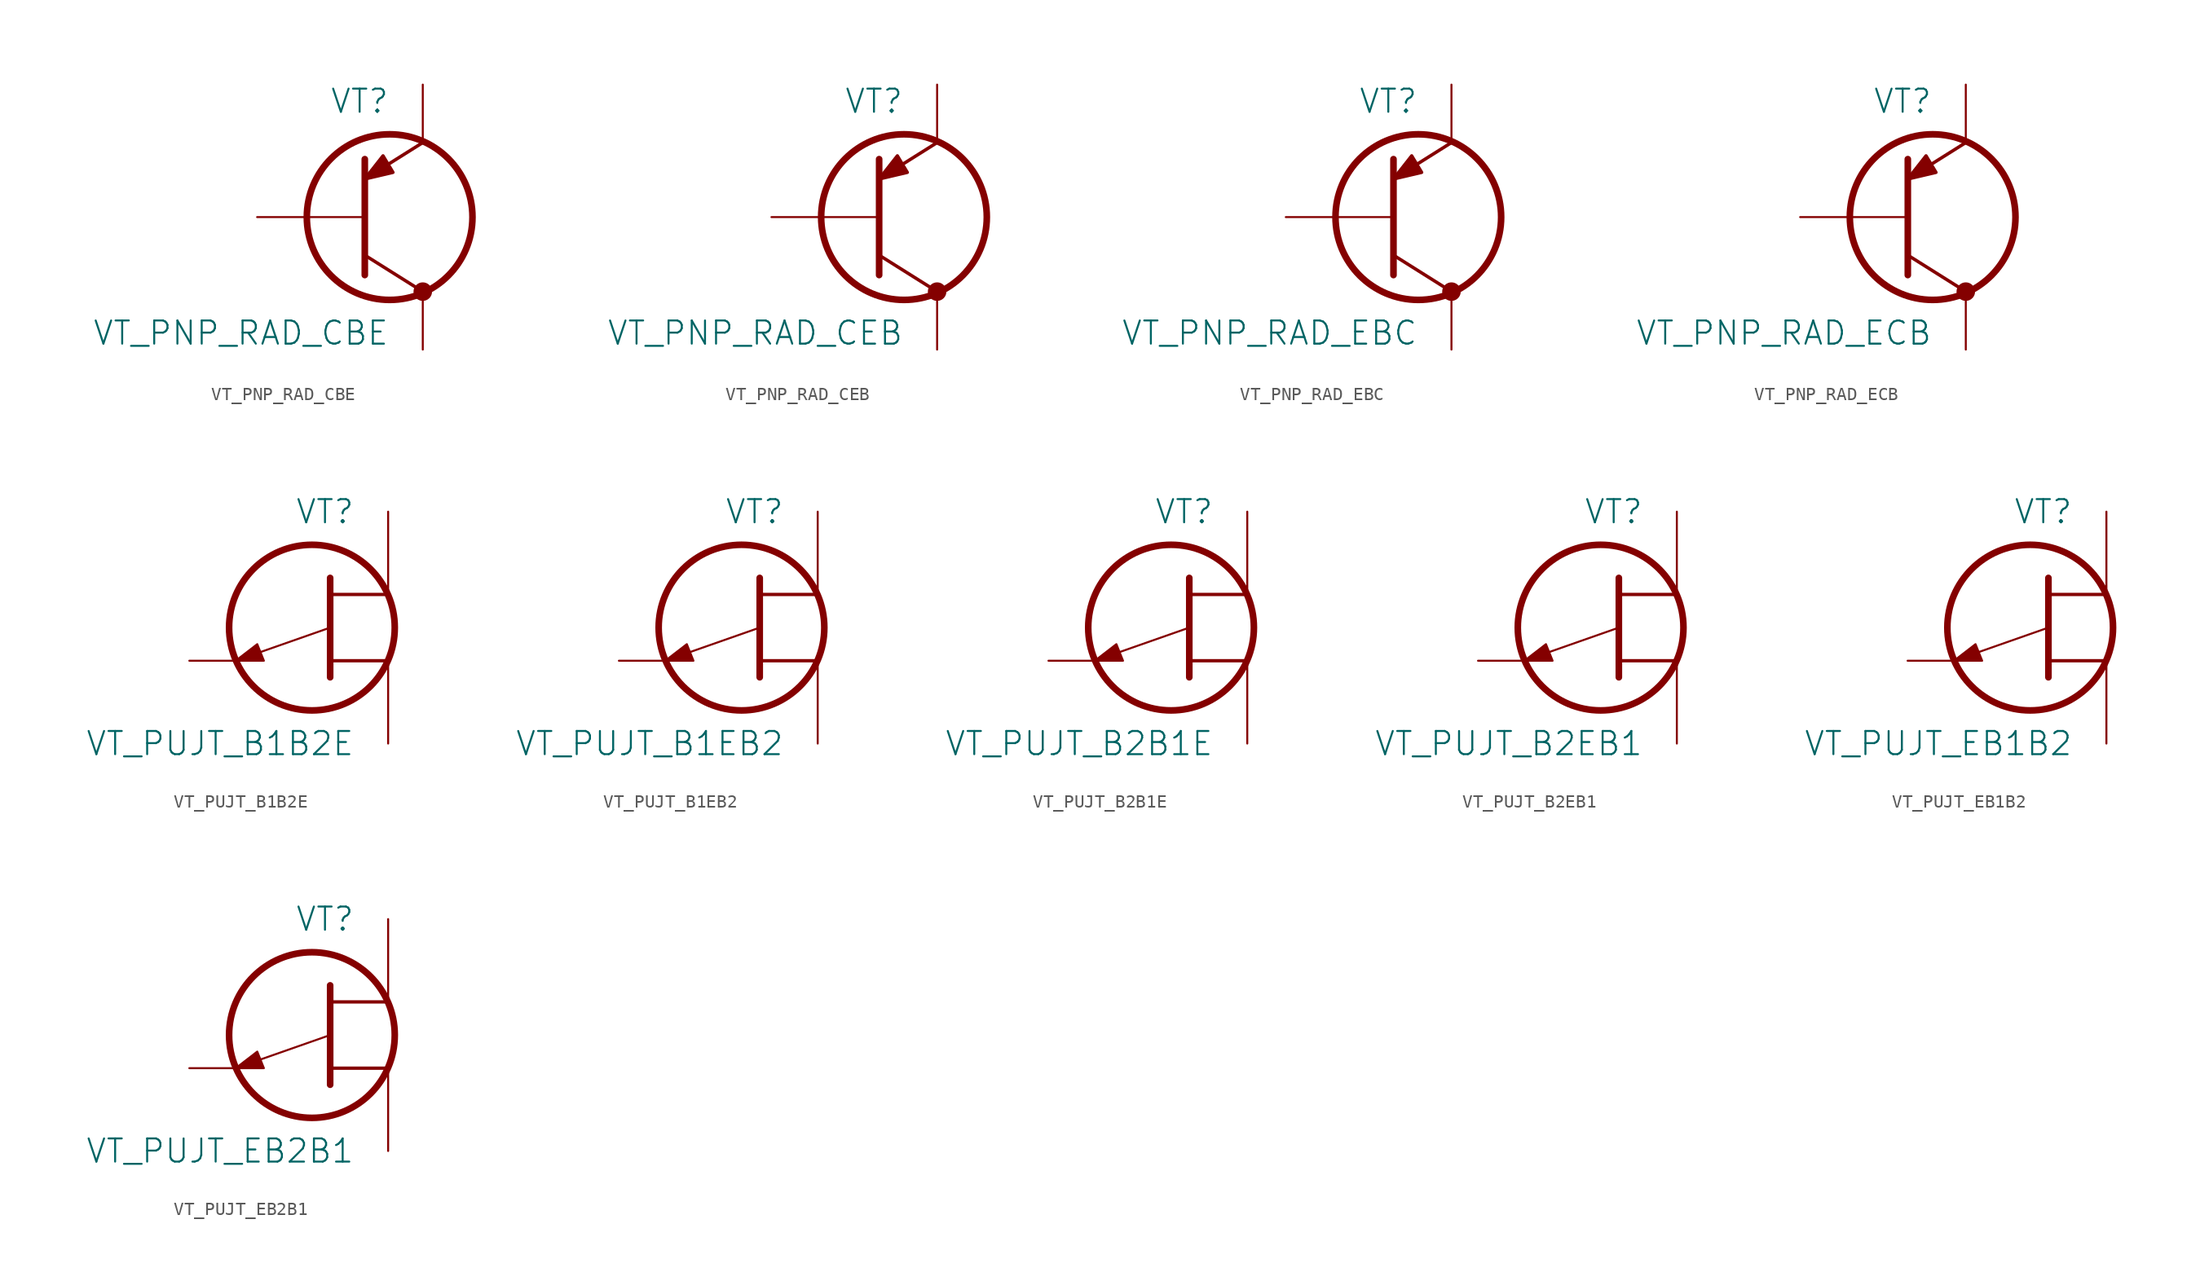
<source format=kicad_sym>
(kicad_symbol_lib
  (version 20211014)
  (generator kicad_symbol_editor)
  (symbol "VT_PNP_RAD_CBE"
    (pin_names
      (offset 0))
    (property "Reference" "VT"
      (at 0 8.89 0)
      (effects (font (size 1.778 1.778)) (justify right)))
    (property "Value" "VT_PNP_RAD_CBE"
      (at 0 -8.89 0)
      (effects (font (size 1.778 1.778)) (justify right)))
    (symbol "VT_PNP_RAD_CBE_0_1"
      (polyline (pts (xy -10.16 0) (xy -1.905 0)) (stroke (width 0) (type default) (color 0 0 0 0)) (fill (type none)))
      (polyline (pts (xy -1.905 -2.921) (xy 2.54 -5.715)) (stroke (width 0.254) (type default) (color 0 0 0 0)) (fill (type none)))
      (polyline (pts (xy -1.905 2.921) (xy 2.54 5.715)) (stroke (width 0.254) (type default) (color 0 0 0 0)) (fill (type none)))
      (polyline (pts (xy -1.905 4.445) (xy -1.905 -4.445)) (stroke (width 0.508) (type default) (color 0 0 0 0)) (fill (type none)))
      (polyline (pts (xy 2.54 -5.715) (xy 2.54 -10.16)) (stroke (width 0) (type default) (color 0 0 0 0)) (fill (type none)))
      (polyline (pts (xy 2.54 5.715) (xy 2.54 10.16)) (stroke (width 0) (type default) (color 0 0 0 0)) (fill (type none)))
      (polyline (pts (xy -1.905 2.921) (xy 0.254 3.429) (xy -0.508 4.699) (xy -1.905 2.921)) (stroke (width 0.254) (type default) (color 0 0 0 0)) (fill (type outline)))
      (circle (center 0 0) (radius 6.35) (stroke (width 0.508) (type default) (color 0 0 0 0)) (fill (type none)))
      (circle (center 2.54 -5.715) (radius 0.635) (stroke (width 0) (type default) (color 0 0 0 0)) (fill (type outline))))
    (symbol "VT_PNP_RAD_CBE_1_1"
      (pin passive line (at 2.54 -10.16 90) (length 2.54) hide (name "C" (effects (font (size 1.27 1.27)))) (number "1" (effects (font (size 1.27 1.27)))))
      (pin passive line (at -10.16 0 0) (length 2.54) hide (name "B" (effects (font (size 1.27 1.27)))) (number "2" (effects (font (size 1.27 1.27)))))
      (pin passive line (at 2.54 10.16 270) (length 2.54) hide (name "E" (effects (font (size 1.27 1.27)))) (number "3" (effects (font (size 1.27 1.27)))))))
  (symbol "VT_PNP_RAD_CEB"
    (pin_names
      (offset 0))
    (property "Reference" "VT"
      (at 0 8.89 0)
      (effects (font (size 1.778 1.778)) (justify right)))
    (property "Value" "VT_PNP_RAD_CEB"
      (at 0 -8.89 0)
      (effects (font (size 1.778 1.778)) (justify right)))
    (symbol "VT_PNP_RAD_CEB_0_1"
      (polyline (pts (xy -10.16 0) (xy -1.905 0)) (stroke (width 0) (type default) (color 0 0 0 0)) (fill (type none)))
      (polyline (pts (xy -1.905 -2.921) (xy 2.54 -5.715)) (stroke (width 0.254) (type default) (color 0 0 0 0)) (fill (type none)))
      (polyline (pts (xy -1.905 2.921) (xy 2.54 5.715)) (stroke (width 0.254) (type default) (color 0 0 0 0)) (fill (type none)))
      (polyline (pts (xy -1.905 4.445) (xy -1.905 -4.445)) (stroke (width 0.508) (type default) (color 0 0 0 0)) (fill (type none)))
      (polyline (pts (xy 2.54 -5.715) (xy 2.54 -10.16)) (stroke (width 0) (type default) (color 0 0 0 0)) (fill (type none)))
      (polyline (pts (xy 2.54 5.715) (xy 2.54 10.16)) (stroke (width 0) (type default) (color 0 0 0 0)) (fill (type none)))
      (polyline (pts (xy -1.905 2.921) (xy 0.254 3.429) (xy -0.508 4.699) (xy -1.905 2.921)) (stroke (width 0.254) (type default) (color 0 0 0 0)) (fill (type outline)))
      (circle (center 0 0) (radius 6.35) (stroke (width 0.508) (type default) (color 0 0 0 0)) (fill (type none)))
      (circle (center 2.54 -5.715) (radius 0.635) (stroke (width 0) (type default) (color 0 0 0 0)) (fill (type outline))))
    (symbol "VT_PNP_RAD_CEB_1_1"
      (pin passive line (at 2.54 -10.16 90) (length 2.54) hide (name "C" (effects (font (size 1.27 1.27)))) (number "1" (effects (font (size 1.27 1.27)))))
      (pin passive line (at 2.54 10.16 270) (length 2.54) hide (name "E" (effects (font (size 1.27 1.27)))) (number "2" (effects (font (size 1.27 1.27)))))
      (pin passive line (at -10.16 0 0) (length 2.54) hide (name "B" (effects (font (size 1.27 1.27)))) (number "3" (effects (font (size 1.27 1.27)))))))
  (symbol "VT_PNP_RAD_EBC"
    (pin_names
      (offset 0))
    (property "Reference" "VT"
      (at 0 8.89 0)
      (effects (font (size 1.778 1.778)) (justify right)))
    (property "Value" "VT_PNP_RAD_EBC"
      (at 0 -8.89 0)
      (effects (font (size 1.778 1.778)) (justify right)))
    (symbol "VT_PNP_RAD_EBC_0_1"
      (polyline (pts (xy -10.16 0) (xy -1.905 0)) (stroke (width 0) (type default) (color 0 0 0 0)) (fill (type none)))
      (polyline (pts (xy -1.905 -2.921) (xy 2.54 -5.715)) (stroke (width 0.254) (type default) (color 0 0 0 0)) (fill (type none)))
      (polyline (pts (xy -1.905 2.921) (xy 2.54 5.715)) (stroke (width 0.254) (type default) (color 0 0 0 0)) (fill (type none)))
      (polyline (pts (xy -1.905 4.445) (xy -1.905 -4.445)) (stroke (width 0.508) (type default) (color 0 0 0 0)) (fill (type none)))
      (polyline (pts (xy 2.54 -5.715) (xy 2.54 -10.16)) (stroke (width 0) (type default) (color 0 0 0 0)) (fill (type none)))
      (polyline (pts (xy 2.54 5.715) (xy 2.54 10.16)) (stroke (width 0) (type default) (color 0 0 0 0)) (fill (type none)))
      (polyline (pts (xy -1.905 2.921) (xy 0.254 3.429) (xy -0.508 4.699) (xy -1.905 2.921)) (stroke (width 0.254) (type default) (color 0 0 0 0)) (fill (type outline)))
      (circle (center 0 0) (radius 6.35) (stroke (width 0.508) (type default) (color 0 0 0 0)) (fill (type none)))
      (circle (center 2.54 -5.715) (radius 0.635) (stroke (width 0) (type default) (color 0 0 0 0)) (fill (type outline))))
    (symbol "VT_PNP_RAD_EBC_1_1"
      (pin passive line (at 2.54 10.16 270) (length 2.54) hide (name "E" (effects (font (size 1.27 1.27)))) (number "1" (effects (font (size 1.27 1.27)))))
      (pin passive line (at -10.16 0 0) (length 2.54) hide (name "B" (effects (font (size 1.27 1.27)))) (number "2" (effects (font (size 1.27 1.27)))))
      (pin passive line (at 2.54 -10.16 90) (length 2.54) hide (name "C" (effects (font (size 1.27 1.27)))) (number "3" (effects (font (size 1.27 1.27)))))))
  (symbol "VT_PNP_RAD_ECB"
    (pin_names
      (offset 0))
    (property "Reference" "VT"
      (at 0 8.89 0)
      (effects (font (size 1.778 1.778)) (justify right)))
    (property "Value" "VT_PNP_RAD_ECB"
      (at 0 -8.89 0)
      (effects (font (size 1.778 1.778)) (justify right)))
    (symbol "VT_PNP_RAD_ECB_0_1"
      (polyline (pts (xy -10.16 0) (xy -1.905 0)) (stroke (width 0) (type default) (color 0 0 0 0)) (fill (type none)))
      (polyline (pts (xy -1.905 -2.921) (xy 2.54 -5.715)) (stroke (width 0.254) (type default) (color 0 0 0 0)) (fill (type none)))
      (polyline (pts (xy -1.905 2.921) (xy 2.54 5.715)) (stroke (width 0.254) (type default) (color 0 0 0 0)) (fill (type none)))
      (polyline (pts (xy -1.905 4.445) (xy -1.905 -4.445)) (stroke (width 0.508) (type default) (color 0 0 0 0)) (fill (type none)))
      (polyline (pts (xy 2.54 -5.715) (xy 2.54 -10.16)) (stroke (width 0) (type default) (color 0 0 0 0)) (fill (type none)))
      (polyline (pts (xy 2.54 5.715) (xy 2.54 10.16)) (stroke (width 0) (type default) (color 0 0 0 0)) (fill (type none)))
      (polyline (pts (xy -1.905 2.921) (xy 0.254 3.429) (xy -0.508 4.699) (xy -1.905 2.921)) (stroke (width 0.254) (type default) (color 0 0 0 0)) (fill (type outline)))
      (circle (center 0 0) (radius 6.35) (stroke (width 0.508) (type default) (color 0 0 0 0)) (fill (type none)))
      (circle (center 2.54 -5.715) (radius 0.635) (stroke (width 0) (type default) (color 0 0 0 0)) (fill (type outline))))
    (symbol "VT_PNP_RAD_ECB_1_1"
      (pin passive line (at 2.54 10.16 270) (length 2.54) hide (name "E" (effects (font (size 1.27 1.27)))) (number "1" (effects (font (size 1.27 1.27)))))
      (pin passive line (at 2.54 -10.16 90) (length 2.54) hide (name "C" (effects (font (size 1.27 1.27)))) (number "2" (effects (font (size 1.27 1.27)))))
      (pin passive line (at -10.16 0 0) (length 2.54) hide (name "B" (effects (font (size 1.27 1.27)))) (number "3" (effects (font (size 1.27 1.27)))))))
  (symbol "VT_PUJT_B1B2E"
    (pin_names
      (offset 0))
    (property "Reference" "VT"
      (at 2.54 8.89 0)
      (effects (font (size 1.778 1.778)) (justify right)))
    (property "Value" "VT_PUJT_B1B2E"
      (at 2.54 -8.89 0)
      (effects (font (size 1.778 1.778)) (justify right)))
    (symbol "VT_PUJT_B1B2E_0_1"
      (circle (center -0.762 0) (radius 6.35) (stroke (width 0.508) (type default) (color 0 0 0 0)) (fill (type none)))
      (polyline (pts (xy 0.635 -2.54) (xy 5.08 -2.54)) (stroke (width 0.254) (type default) (color 0 0 0 0)) (fill (type none)))
      (polyline (pts (xy 0.635 2.54) (xy 5.08 2.54)) (stroke (width 0.254) (type default) (color 0 0 0 0)) (fill (type none)))
      (polyline (pts (xy 0.635 3.81) (xy 0.635 -3.81)) (stroke (width 0.508) (type default) (color 0 0 0 0)) (fill (type none)))
      (polyline (pts (xy 5.08 -2.54) (xy 5.08 -8.89)) (stroke (width 0) (type default) (color 0 0 0 0)) (fill (type none)))
      (polyline (pts (xy 5.08 2.54) (xy 5.08 8.89)) (stroke (width 0) (type default) (color 0 0 0 0)) (fill (type none)))
      (polyline (pts (xy -10.16 -2.54) (xy -6.604 -2.54) (xy 0.635 0)) (stroke (width 0) (type default) (color 0 0 0 0)) (fill (type none)))
      (polyline (pts (xy -6.604 -2.54) (xy -4.445 -2.54) (xy -4.953 -1.27) (xy -6.604 -2.54)) (stroke (width 0) (type default) (color 0 0 0 0)) (fill (type outline))))
    (symbol "VT_PUJT_B1B2E_1_1"
      (pin passive line (at 5.08 8.89 270) (length 2.54) hide (name "B1" (effects (font (size 1.27 1.27)))) (number "1" (effects (font (size 1.27 1.27)))))
      (pin passive line (at 5.08 -8.89 90) (length 2.54) hide (name "B2" (effects (font (size 1.27 1.27)))) (number "2" (effects (font (size 1.27 1.27)))))
      (pin passive line (at -10.16 -2.54 0) (length 2.54) hide (name "E" (effects (font (size 1.27 1.27)))) (number "3" (effects (font (size 1.27 1.27)))))))
  (symbol "VT_PUJT_B1EB2"
    (pin_names
      (offset 0))
    (property "Reference" "VT"
      (at 2.54 8.89 0)
      (effects (font (size 1.778 1.778)) (justify right)))
    (property "Value" "VT_PUJT_B1EB2"
      (at 2.54 -8.89 0)
      (effects (font (size 1.778 1.778)) (justify right)))
    (symbol "VT_PUJT_B1EB2_0_1"
      (circle (center -0.762 0) (radius 6.35) (stroke (width 0.508) (type default) (color 0 0 0 0)) (fill (type none)))
      (polyline (pts (xy 0.635 -2.54) (xy 5.08 -2.54)) (stroke (width 0.254) (type default) (color 0 0 0 0)) (fill (type none)))
      (polyline (pts (xy 0.635 2.54) (xy 5.08 2.54)) (stroke (width 0.254) (type default) (color 0 0 0 0)) (fill (type none)))
      (polyline (pts (xy 0.635 3.81) (xy 0.635 -3.81)) (stroke (width 0.508) (type default) (color 0 0 0 0)) (fill (type none)))
      (polyline (pts (xy 5.08 -2.54) (xy 5.08 -8.89)) (stroke (width 0) (type default) (color 0 0 0 0)) (fill (type none)))
      (polyline (pts (xy 5.08 2.54) (xy 5.08 8.89)) (stroke (width 0) (type default) (color 0 0 0 0)) (fill (type none)))
      (polyline (pts (xy -10.16 -2.54) (xy -6.604 -2.54) (xy 0.635 0)) (stroke (width 0) (type default) (color 0 0 0 0)) (fill (type none)))
      (polyline (pts (xy -6.604 -2.54) (xy -4.445 -2.54) (xy -4.953 -1.27) (xy -6.604 -2.54)) (stroke (width 0) (type default) (color 0 0 0 0)) (fill (type outline))))
    (symbol "VT_PUJT_B1EB2_1_1"
      (pin passive line (at 5.08 8.89 270) (length 2.54) hide (name "B1" (effects (font (size 1.27 1.27)))) (number "1" (effects (font (size 1.27 1.27)))))
      (pin passive line (at -10.16 -2.54 0) (length 2.54) hide (name "E" (effects (font (size 1.27 1.27)))) (number "2" (effects (font (size 1.27 1.27)))))
      (pin passive line (at 5.08 -8.89 90) (length 2.54) hide (name "B2" (effects (font (size 1.27 1.27)))) (number "3" (effects (font (size 1.27 1.27)))))))
  (symbol "VT_PUJT_B2B1E"
    (pin_names
      (offset 0))
    (property "Reference" "VT"
      (at 2.54 8.89 0)
      (effects (font (size 1.778 1.778)) (justify right)))
    (property "Value" "VT_PUJT_B2B1E"
      (at 2.54 -8.89 0)
      (effects (font (size 1.778 1.778)) (justify right)))
    (symbol "VT_PUJT_B2B1E_0_1"
      (circle (center -0.762 0) (radius 6.35) (stroke (width 0.508) (type default) (color 0 0 0 0)) (fill (type none)))
      (polyline (pts (xy 0.635 -2.54) (xy 5.08 -2.54)) (stroke (width 0.254) (type default) (color 0 0 0 0)) (fill (type none)))
      (polyline (pts (xy 0.635 2.54) (xy 5.08 2.54)) (stroke (width 0.254) (type default) (color 0 0 0 0)) (fill (type none)))
      (polyline (pts (xy 0.635 3.81) (xy 0.635 -3.81)) (stroke (width 0.508) (type default) (color 0 0 0 0)) (fill (type none)))
      (polyline (pts (xy 5.08 -2.54) (xy 5.08 -8.89)) (stroke (width 0) (type default) (color 0 0 0 0)) (fill (type none)))
      (polyline (pts (xy 5.08 2.54) (xy 5.08 8.89)) (stroke (width 0) (type default) (color 0 0 0 0)) (fill (type none)))
      (polyline (pts (xy -10.16 -2.54) (xy -6.604 -2.54) (xy 0.635 0)) (stroke (width 0) (type default) (color 0 0 0 0)) (fill (type none)))
      (polyline (pts (xy -6.604 -2.54) (xy -4.445 -2.54) (xy -4.953 -1.27) (xy -6.604 -2.54)) (stroke (width 0) (type default) (color 0 0 0 0)) (fill (type outline))))
    (symbol "VT_PUJT_B2B1E_1_1"
      (pin passive line (at 5.08 -8.89 90) (length 2.54) hide (name "B2" (effects (font (size 1.27 1.27)))) (number "1" (effects (font (size 1.27 1.27)))))
      (pin passive line (at 5.08 8.89 270) (length 2.54) hide (name "B1" (effects (font (size 1.27 1.27)))) (number "2" (effects (font (size 1.27 1.27)))))
      (pin passive line (at -10.16 -2.54 0) (length 2.54) hide (name "E" (effects (font (size 1.27 1.27)))) (number "3" (effects (font (size 1.27 1.27)))))))
  (symbol "VT_PUJT_B2EB1"
    (pin_names
      (offset 0))
    (property "Reference" "VT"
      (at 2.54 8.89 0)
      (effects (font (size 1.778 1.778)) (justify right)))
    (property "Value" "VT_PUJT_B2EB1"
      (at 2.54 -8.89 0)
      (effects (font (size 1.778 1.778)) (justify right)))
    (symbol "VT_PUJT_B2EB1_0_1"
      (circle (center -0.762 0) (radius 6.35) (stroke (width 0.508) (type default) (color 0 0 0 0)) (fill (type none)))
      (polyline (pts (xy 0.635 -2.54) (xy 5.08 -2.54)) (stroke (width 0.254) (type default) (color 0 0 0 0)) (fill (type none)))
      (polyline (pts (xy 0.635 2.54) (xy 5.08 2.54)) (stroke (width 0.254) (type default) (color 0 0 0 0)) (fill (type none)))
      (polyline (pts (xy 0.635 3.81) (xy 0.635 -3.81)) (stroke (width 0.508) (type default) (color 0 0 0 0)) (fill (type none)))
      (polyline (pts (xy 5.08 -2.54) (xy 5.08 -8.89)) (stroke (width 0) (type default) (color 0 0 0 0)) (fill (type none)))
      (polyline (pts (xy 5.08 2.54) (xy 5.08 8.89)) (stroke (width 0) (type default) (color 0 0 0 0)) (fill (type none)))
      (polyline (pts (xy -10.16 -2.54) (xy -6.604 -2.54) (xy 0.635 0)) (stroke (width 0) (type default) (color 0 0 0 0)) (fill (type none)))
      (polyline (pts (xy -6.604 -2.54) (xy -4.445 -2.54) (xy -4.953 -1.27) (xy -6.604 -2.54)) (stroke (width 0) (type default) (color 0 0 0 0)) (fill (type outline))))
    (symbol "VT_PUJT_B2EB1_1_1"
      (pin passive line (at 5.08 -8.89 90) (length 2.54) hide (name "B2" (effects (font (size 1.27 1.27)))) (number "1" (effects (font (size 1.27 1.27)))))
      (pin passive line (at -10.16 -2.54 0) (length 2.54) hide (name "E" (effects (font (size 1.27 1.27)))) (number "2" (effects (font (size 1.27 1.27)))))
      (pin passive line (at 5.08 8.89 270) (length 2.54) hide (name "B1" (effects (font (size 1.27 1.27)))) (number "3" (effects (font (size 1.27 1.27)))))))
  (symbol "VT_PUJT_EB1B2"
    (pin_names
      (offset 0))
    (property "Reference" "VT"
      (at 2.54 8.89 0)
      (effects (font (size 1.778 1.778)) (justify right)))
    (property "Value" "VT_PUJT_EB1B2"
      (at 2.54 -8.89 0)
      (effects (font (size 1.778 1.778)) (justify right)))
    (symbol "VT_PUJT_EB1B2_0_1"
      (circle (center -0.762 0) (radius 6.35) (stroke (width 0.508) (type default) (color 0 0 0 0)) (fill (type none)))
      (polyline (pts (xy 0.635 -2.54) (xy 5.08 -2.54)) (stroke (width 0.254) (type default) (color 0 0 0 0)) (fill (type none)))
      (polyline (pts (xy 0.635 2.54) (xy 5.08 2.54)) (stroke (width 0.254) (type default) (color 0 0 0 0)) (fill (type none)))
      (polyline (pts (xy 0.635 3.81) (xy 0.635 -3.81)) (stroke (width 0.508) (type default) (color 0 0 0 0)) (fill (type none)))
      (polyline (pts (xy 5.08 -2.54) (xy 5.08 -8.89)) (stroke (width 0) (type default) (color 0 0 0 0)) (fill (type none)))
      (polyline (pts (xy 5.08 2.54) (xy 5.08 8.89)) (stroke (width 0) (type default) (color 0 0 0 0)) (fill (type none)))
      (polyline (pts (xy -10.16 -2.54) (xy -6.604 -2.54) (xy 0.635 0)) (stroke (width 0) (type default) (color 0 0 0 0)) (fill (type none)))
      (polyline (pts (xy -6.604 -2.54) (xy -4.445 -2.54) (xy -4.953 -1.27) (xy -6.604 -2.54)) (stroke (width 0) (type default) (color 0 0 0 0)) (fill (type outline))))
    (symbol "VT_PUJT_EB1B2_1_1"
      (pin passive line (at -10.16 -2.54 0) (length 2.54) hide (name "E" (effects (font (size 1.27 1.27)))) (number "1" (effects (font (size 1.27 1.27)))))
      (pin passive line (at 5.08 8.89 270) (length 2.54) hide (name "B1" (effects (font (size 1.27 1.27)))) (number "2" (effects (font (size 1.27 1.27)))))
      (pin passive line (at 5.08 -8.89 90) (length 2.54) hide (name "B2" (effects (font (size 1.27 1.27)))) (number "3" (effects (font (size 1.27 1.27)))))))
  (symbol "VT_PUJT_EB2B1"
    (pin_names
      (offset 0))
    (property "Reference" "VT"
      (at 2.54 8.89 0)
      (effects (font (size 1.778 1.778)) (justify right)))
    (property "Value" "VT_PUJT_EB2B1"
      (at 2.54 -8.89 0)
      (effects (font (size 1.778 1.778)) (justify right)))
    (symbol "VT_PUJT_EB2B1_0_1"
      (circle (center -0.762 0) (radius 6.35) (stroke (width 0.508) (type default) (color 0 0 0 0)) (fill (type none)))
      (polyline (pts (xy 0.635 -2.54) (xy 5.08 -2.54)) (stroke (width 0.254) (type default) (color 0 0 0 0)) (fill (type none)))
      (polyline (pts (xy 0.635 2.54) (xy 5.08 2.54)) (stroke (width 0.254) (type default) (color 0 0 0 0)) (fill (type none)))
      (polyline (pts (xy 0.635 3.81) (xy 0.635 -3.81)) (stroke (width 0.508) (type default) (color 0 0 0 0)) (fill (type none)))
      (polyline (pts (xy 5.08 -2.54) (xy 5.08 -8.89)) (stroke (width 0) (type default) (color 0 0 0 0)) (fill (type none)))
      (polyline (pts (xy 5.08 2.54) (xy 5.08 8.89)) (stroke (width 0) (type default) (color 0 0 0 0)) (fill (type none)))
      (polyline (pts (xy -10.16 -2.54) (xy -6.604 -2.54) (xy 0.635 0)) (stroke (width 0) (type default) (color 0 0 0 0)) (fill (type none)))
      (polyline (pts (xy -6.604 -2.54) (xy -4.445 -2.54) (xy -4.953 -1.27) (xy -6.604 -2.54)) (stroke (width 0) (type default) (color 0 0 0 0)) (fill (type outline))))
    (symbol "VT_PUJT_EB2B1_1_1"
      (pin passive line (at -10.16 -2.54 0) (length 2.54) hide (name "E" (effects (font (size 1.27 1.27)))) (number "1" (effects (font (size 1.27 1.27)))))
      (pin passive line (at 5.08 -8.89 90) (length 2.54) hide (name "B2" (effects (font (size 1.27 1.27)))) (number "2" (effects (font (size 1.27 1.27)))))
      (pin passive line (at 5.08 8.89 270) (length 2.54) hide (name "B1" (effects (font (size 1.27 1.27)))) (number "3" (effects (font (size 1.27 1.27))))))))
</source>
